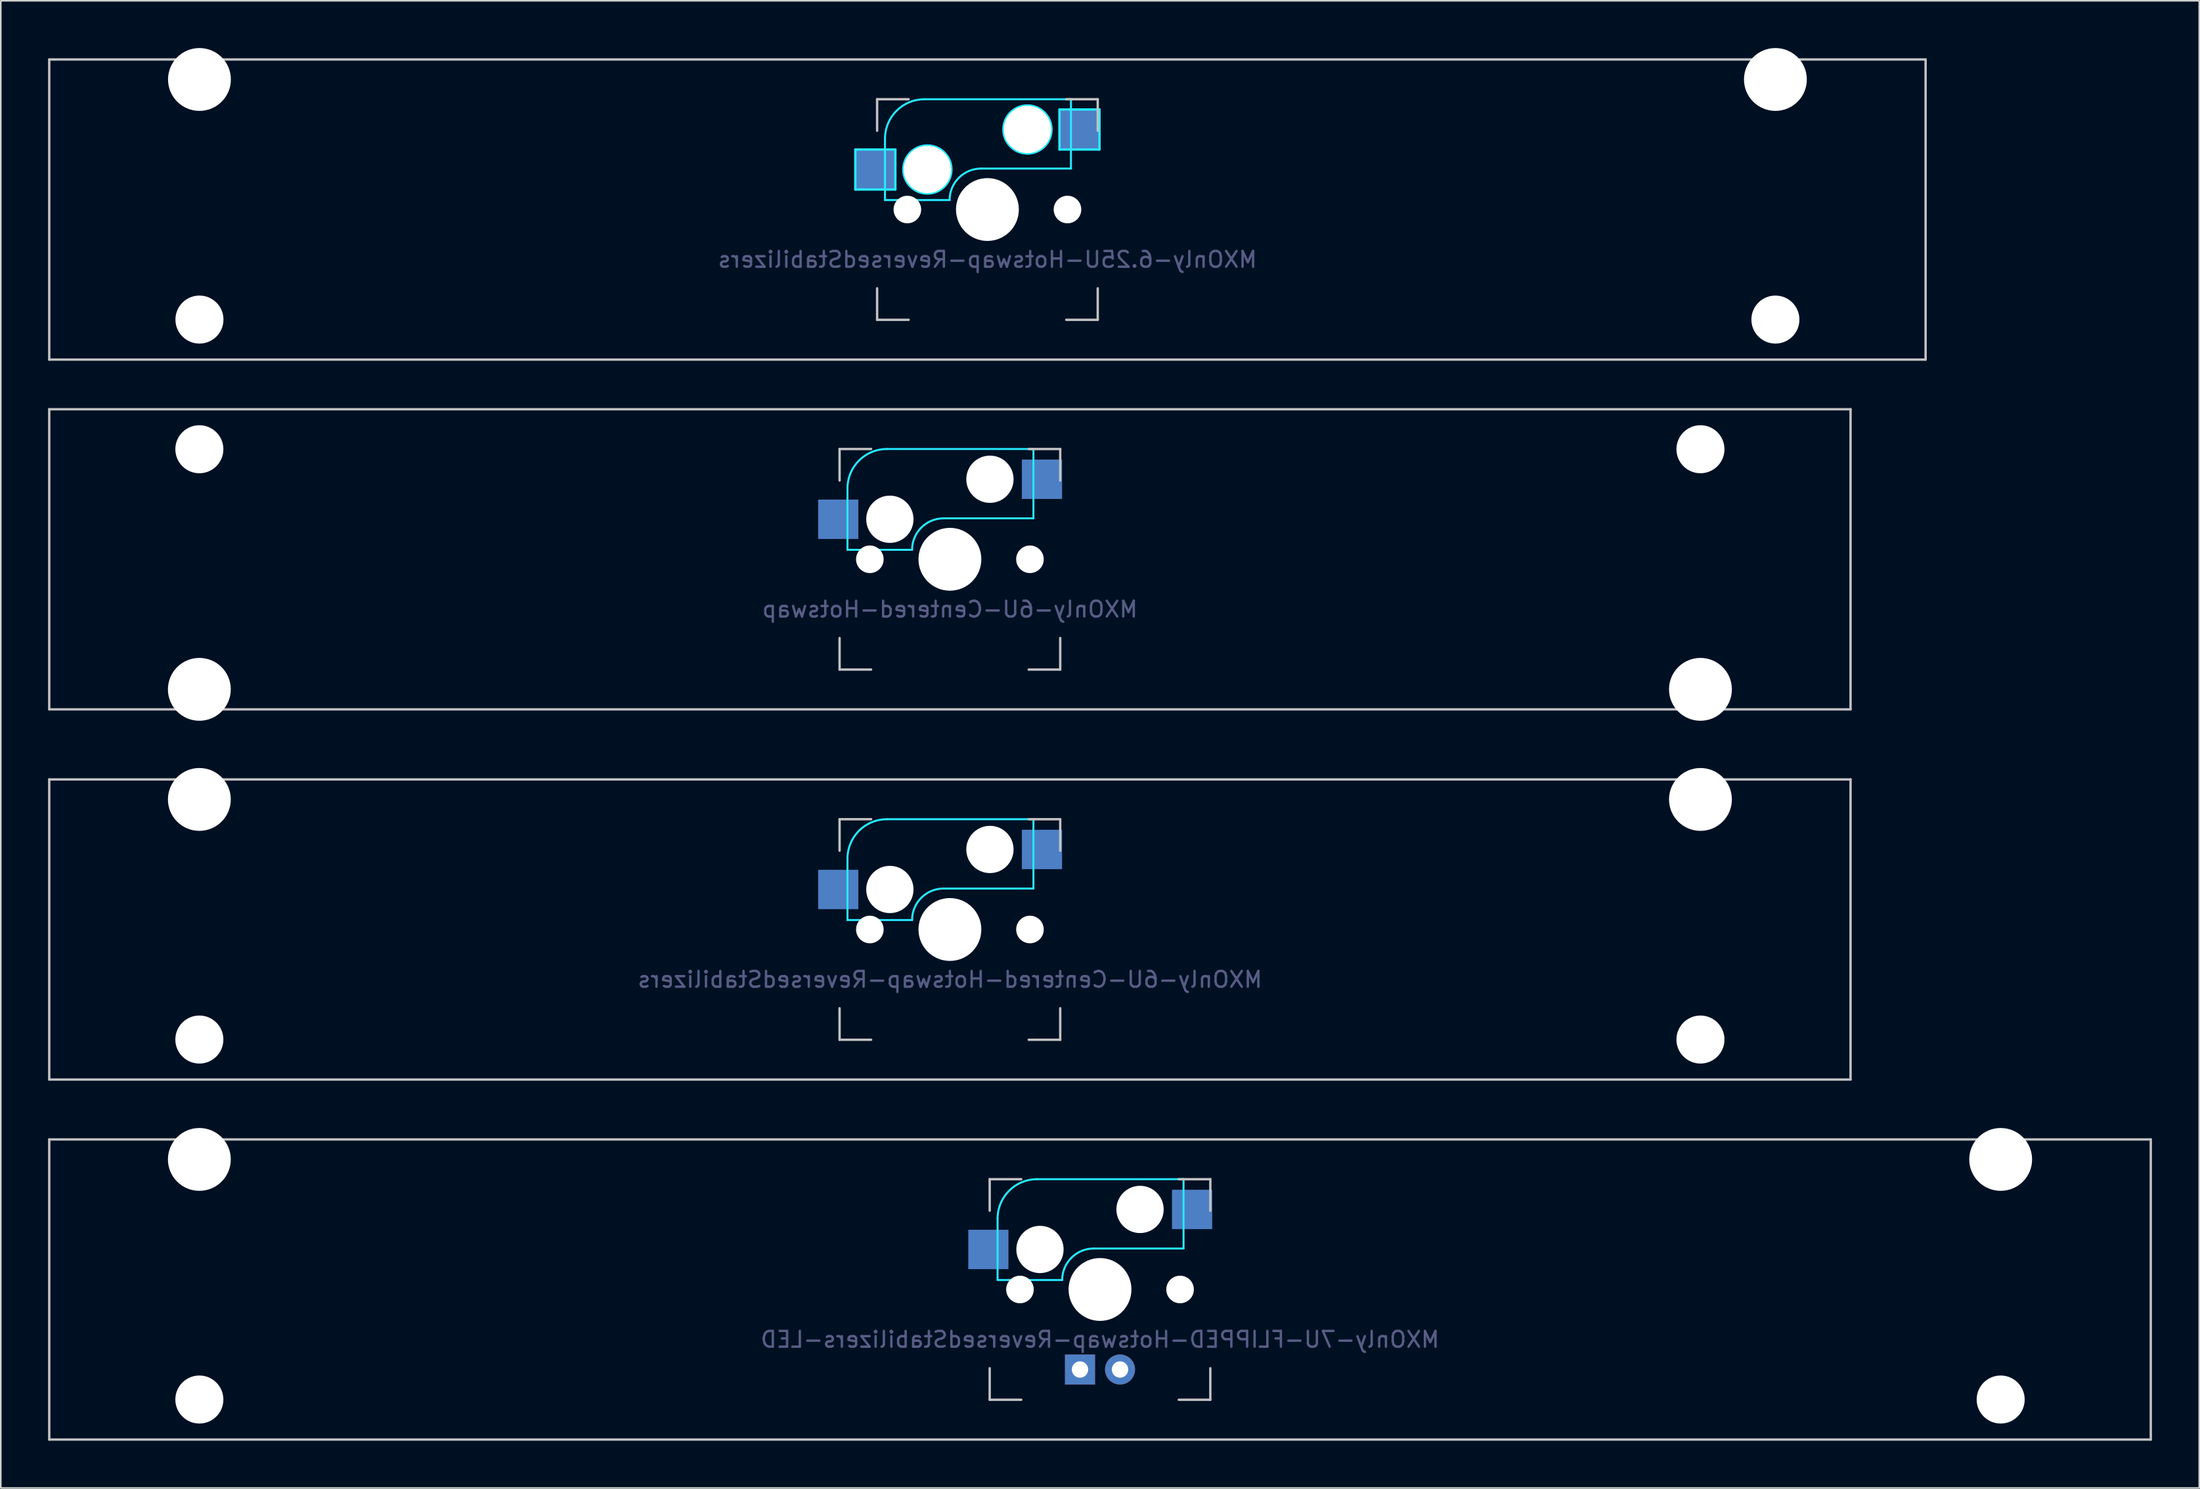
<source format=kicad_pcb>
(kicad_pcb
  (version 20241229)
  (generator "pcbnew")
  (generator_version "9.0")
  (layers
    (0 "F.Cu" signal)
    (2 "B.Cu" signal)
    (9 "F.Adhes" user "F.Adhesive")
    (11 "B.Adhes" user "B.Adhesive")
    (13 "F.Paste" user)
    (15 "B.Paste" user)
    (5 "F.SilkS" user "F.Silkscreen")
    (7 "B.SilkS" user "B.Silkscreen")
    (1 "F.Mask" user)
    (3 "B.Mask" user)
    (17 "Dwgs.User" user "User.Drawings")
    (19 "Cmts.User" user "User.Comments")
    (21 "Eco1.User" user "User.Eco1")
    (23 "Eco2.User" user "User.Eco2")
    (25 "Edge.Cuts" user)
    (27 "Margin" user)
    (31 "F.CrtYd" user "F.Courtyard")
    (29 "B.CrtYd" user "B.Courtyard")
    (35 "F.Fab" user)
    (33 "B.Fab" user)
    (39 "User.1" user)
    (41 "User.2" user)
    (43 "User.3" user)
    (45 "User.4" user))
  (footprint "MXOnly-6.25U-Hotswap-ReversedStabilizers"
    (layer "F.Cu")
    (at 59.606 10.249)
    (property "Reference" "MXOnly-6.25U-Hotswap-ReversedStabilizers" (at 0 3.175 0) (layer "B.Fab") (effects (font (size 1 1) (thickness 0.15)) (justify mirror)))
    (attr smd)
    (fp_line (start -59.531 -9.525) (end 59.531 -9.525) (stroke (width 0.15) (type solid)) (layer "Dwgs.User"))
    (fp_line (start -59.531 9.525) (end -59.531 -9.525) (stroke (width 0.15) (type solid)) (layer "Dwgs.User"))
    (fp_line (start -7 -7) (end -7 -5) (stroke (width 0.15) (type solid)) (layer "Dwgs.User"))
    (fp_line (start -7 5) (end -7 7) (stroke (width 0.15) (type solid)) (layer "Dwgs.User"))
    (fp_line (start -7 7) (end -5 7) (stroke (width 0.15) (type solid)) (layer "Dwgs.User"))
    (fp_line (start -5 -7) (end -7 -7) (stroke (width 0.15) (type solid)) (layer "Dwgs.User"))
    (fp_line (start 5 -7) (end 7 -7) (stroke (width 0.15) (type solid)) (layer "Dwgs.User"))
    (fp_line (start 5 7) (end 7 7) (stroke (width 0.15) (type solid)) (layer "Dwgs.User"))
    (fp_line (start 7 -7) (end 7 -5) (stroke (width 0.15) (type solid)) (layer "Dwgs.User"))
    (fp_line (start 7 7) (end 7 5) (stroke (width 0.15) (type solid)) (layer "Dwgs.User"))
    (fp_line (start 59.531 -9.525) (end 59.531 9.525) (stroke (width 0.15) (type solid)) (layer "Dwgs.User"))
    (fp_line (start 59.531 9.525) (end -59.531 9.525) (stroke (width 0.15) (type solid)) (layer "Dwgs.User"))
    (fp_line (start -8.382 -3.81) (end -5.842 -3.81) (stroke (width 0.15) (type solid)) (layer "B.CrtYd"))
    (fp_line (start -8.382 -1.27) (end -8.382 -3.81) (stroke (width 0.15) (type solid)) (layer "B.CrtYd"))
    (fp_line (start -6.5 -4.5) (end -6.5 -0.6) (stroke (width 0.127) (type solid)) (layer "B.CrtYd"))
    (fp_line (start -6.5 -0.6) (end -2.4 -0.6) (stroke (width 0.127) (type solid)) (layer "B.CrtYd"))
    (fp_line (start -5.842 -3.81) (end -5.842 -1.27) (stroke (width 0.15) (type solid)) (layer "B.CrtYd"))
    (fp_line (start -5.842 -1.27) (end -8.382 -1.27) (stroke (width 0.15) (type solid)) (layer "B.CrtYd"))
    (fp_line (start -0.4 -2.6) (end 5.3 -2.6) (stroke (width 0.127) (type solid)) (layer "B.CrtYd"))
    (fp_line (start 4.572 -6.35) (end 7.112 -6.35) (stroke (width 0.15) (type solid)) (layer "B.CrtYd"))
    (fp_line (start 4.572 -3.81) (end 4.572 -6.35) (stroke (width 0.15) (type solid)) (layer "B.CrtYd"))
    (fp_line (start 5.3 -7) (end -4 -7) (stroke (width 0.127) (type solid)) (layer "B.CrtYd"))
    (fp_line (start 5.3 -7) (end 5.3 -2.6) (stroke (width 0.127) (type solid)) (layer "B.CrtYd"))
    (fp_line (start 7.112 -6.35) (end 7.112 -3.81) (stroke (width 0.15) (type solid)) (layer "B.CrtYd"))
    (fp_line (start 7.112 -3.81) (end 4.572 -3.81) (stroke (width 0.15) (type solid)) (layer "B.CrtYd"))
    (fp_arc (start -6.5 -4.5) (mid -5.767767 -6.267767) (end -4 -7) (stroke (width 0.127) (type solid)) (layer "B.CrtYd"))
    (fp_arc (start -2.4 -0.6) (mid -1.814214 -2.014214) (end -0.4 -2.6) (stroke (width 0.127) (type solid)) (layer "B.CrtYd"))
    (fp_circle (center -3.81 -2.54) (end -3.81 -4.064) (stroke (width 0.15) (type solid)) (fill no) (layer "B.CrtYd"))
    (fp_circle (center 2.54 -5.08) (end 2.54 -6.604) (stroke (width 0.15) (type solid)) (fill no) (layer "B.CrtYd"))
    (pad "" np_thru_hole circle (at -50 -8.255) (size 3.988 3.988) (drill 3.988) (layers "*.Cu" "*.Mask"))
    (pad "" np_thru_hole circle (at -50 6.985) (size 3.048 3.048) (drill 3.048) (layers "*.Cu" "*.Mask"))
    (pad "" np_thru_hole circle (at -5.08 0 48.1) (size 1.75 1.75) (drill 1.75) (layers "*.Cu" "*.Mask"))
    (pad "" np_thru_hole circle (at -3.81 -2.54) (size 3 3) (drill 3) (layers "*.Cu" "*.Mask"))
    (pad "" np_thru_hole circle (at 0 0) (size 3.988 3.988) (drill 3.988) (layers "*.Cu" "*.Mask"))
    (pad "" np_thru_hole circle (at 2.54 -5.08) (size 3 3) (drill 3) (layers "*.Cu" "*.Mask"))
    (pad "" np_thru_hole circle (at 5.08 0 48.1) (size 1.75 1.75) (drill 1.75) (layers "*.Cu" "*.Mask"))
    (pad "" np_thru_hole circle (at 50 -8.255) (size 3.988 3.988) (drill 3.988) (layers "*.Cu" "*.Mask"))
    (pad "" np_thru_hole circle (at 50 6.985) (size 3.048 3.048) (drill 3.048) (layers "*.Cu" "*.Mask"))
    (pad "1" smd rect (at -7.085 -2.54) (size 2.55 2.5) (layers "B.Cu" "B.Mask" "B.Paste"))
    (pad "2" smd rect (at 5.842 -5.08) (size 2.55 2.5) (layers "B.Cu" "B.Mask" "B.Paste")))
  (footprint "MXOnly-6U-Centered-Hotswap-ReversedStabilizers"
    (layer "F.Cu")
    (at 57.225 55.947)
    (property "Reference" "MXOnly-6U-Centered-Hotswap-ReversedStabilizers" (at 0 3.175 0) (layer "B.Fab") (effects (font (size 1 1) (thickness 0.15)) (justify mirror)))
    (attr through_hole)
    (fp_line (start -57.15 -9.525) (end 57.15 -9.525) (stroke (width 0.15) (type solid)) (layer "Dwgs.User"))
    (fp_line (start -57.15 9.525) (end -57.15 -9.525) (stroke (width 0.15) (type solid)) (layer "Dwgs.User"))
    (fp_line (start -57.15 9.525) (end 57.15 9.525) (stroke (width 0.15) (type solid)) (layer "Dwgs.User"))
    (fp_line (start -7 -7) (end -7 -5) (stroke (width 0.15) (type solid)) (layer "Dwgs.User"))
    (fp_line (start -7 5) (end -7 7) (stroke (width 0.15) (type solid)) (layer "Dwgs.User"))
    (fp_line (start -7 7) (end -5 7) (stroke (width 0.15) (type solid)) (layer "Dwgs.User"))
    (fp_line (start -5 -7) (end -7 -7) (stroke (width 0.15) (type solid)) (layer "Dwgs.User"))
    (fp_line (start 5 -7) (end 7 -7) (stroke (width 0.15) (type solid)) (layer "Dwgs.User"))
    (fp_line (start 5 7) (end 7 7) (stroke (width 0.15) (type solid)) (layer "Dwgs.User"))
    (fp_line (start 7 -7) (end 7 -5) (stroke (width 0.15) (type solid)) (layer "Dwgs.User"))
    (fp_line (start 7 7) (end 7 5) (stroke (width 0.15) (type solid)) (layer "Dwgs.User"))
    (fp_line (start 57.15 -9.525) (end 57.15 9.525) (stroke (width 0.15) (type solid)) (layer "Dwgs.User"))
    (fp_line (start -6.5 -4.5) (end -6.5 -0.6) (stroke (width 0.127) (type solid)) (layer "B.CrtYd"))
    (fp_line (start -6.5 -0.6) (end -2.4 -0.6) (stroke (width 0.127) (type solid)) (layer "B.CrtYd"))
    (fp_line (start -0.4 -2.6) (end 5.3 -2.6) (stroke (width 0.127) (type solid)) (layer "B.CrtYd"))
    (fp_line (start 5.3 -7) (end -4 -7) (stroke (width 0.127) (type solid)) (layer "B.CrtYd"))
    (fp_line (start 5.3 -7) (end 5.3 -2.6) (stroke (width 0.127) (type solid)) (layer "B.CrtYd"))
    (fp_arc (start -6.5 -4.5) (mid -5.767767 -6.267767) (end -4 -7) (stroke (width 0.127) (type solid)) (layer "B.CrtYd"))
    (fp_arc (start -2.4 -0.6) (mid -1.814214 -2.014214) (end -0.4 -2.6) (stroke (width 0.127) (type solid)) (layer "B.CrtYd"))
    (pad "" np_thru_hole circle (at -47.625 -8.255) (size 3.988 3.988) (drill 3.988) (layers "*.Cu" "*.Mask"))
    (pad "" np_thru_hole circle (at -47.625 6.985) (size 3.048 3.048) (drill 3.048) (layers "*.Cu" "*.Mask"))
    (pad "" np_thru_hole circle (at -5.08 0 48.1) (size 1.75 1.75) (drill 1.75) (layers "*.Cu" "*.Mask"))
    (pad "" np_thru_hole circle (at -3.81 -2.54) (size 3 3) (drill 3) (layers "*.Cu" "*.Mask"))
    (pad "" np_thru_hole circle (at 0 0) (size 3.988 3.988) (drill 3.988) (layers "*.Cu" "*.Mask"))
    (pad "" np_thru_hole circle (at 2.54 -5.08) (size 3 3) (drill 3) (layers "*.Cu" "*.Mask"))
    (pad "" np_thru_hole circle (at 5.08 0 48.1) (size 1.75 1.75) (drill 1.75) (layers "*.Cu" "*.Mask"))
    (pad "" np_thru_hole circle (at 47.625 -8.255) (size 3.988 3.988) (drill 3.988) (layers "*.Cu" "*.Mask"))
    (pad "" np_thru_hole circle (at 47.625 6.985) (size 3.048 3.048) (drill 3.048) (layers "*.Cu" "*.Mask"))
    (pad "1" smd rect (at -7.085 -2.54) (size 2.55 2.5) (layers "B.Cu" "B.Mask" "B.Paste"))
    (pad "2" smd rect (at 5.842 -5.08) (size 2.55 2.5) (layers "B.Cu" "B.Mask" "B.Paste")))
  (footprint "MXOnly-7U-FLIPPED-Hotswap-ReversedStabilizers-LED"
    (layer "F.Cu")
    (at 66.75 78.796)
    (property "Reference" "MXOnly-7U-FLIPPED-Hotswap-ReversedStabilizers-LED" (at 0 3.175 0) (layer "B.Fab") (effects (font (size 1 1) (thickness 0.15)) (justify mirror)))
    (attr through_hole)
    (fp_line (start -66.675 -9.525) (end 66.675 -9.525) (stroke (width 0.15) (type solid)) (layer "Dwgs.User"))
    (fp_line (start -66.675 9.525) (end -66.675 -9.525) (stroke (width 0.15) (type solid)) (layer "Dwgs.User"))
    (fp_line (start -66.675 9.525) (end 66.675 9.525) (stroke (width 0.15) (type solid)) (layer "Dwgs.User"))
    (fp_line (start -7 -7) (end -7 -5) (stroke (width 0.15) (type solid)) (layer "Dwgs.User"))
    (fp_line (start -7 5) (end -7 7) (stroke (width 0.15) (type solid)) (layer "Dwgs.User"))
    (fp_line (start -7 7) (end -5 7) (stroke (width 0.15) (type solid)) (layer "Dwgs.User"))
    (fp_line (start -5 -7) (end -7 -7) (stroke (width 0.15) (type solid)) (layer "Dwgs.User"))
    (fp_line (start 5 -7) (end 7 -7) (stroke (width 0.15) (type solid)) (layer "Dwgs.User"))
    (fp_line (start 5 7) (end 7 7) (stroke (width 0.15) (type solid)) (layer "Dwgs.User"))
    (fp_line (start 7 -7) (end 7 -5) (stroke (width 0.15) (type solid)) (layer "Dwgs.User"))
    (fp_line (start 7 7) (end 7 5) (stroke (width 0.15) (type solid)) (layer "Dwgs.User"))
    (fp_line (start 66.675 -9.525) (end 66.675 9.525) (stroke (width 0.15) (type solid)) (layer "Dwgs.User"))
    (fp_line (start -6.5 -4.5) (end -6.5 -0.6) (stroke (width 0.127) (type solid)) (layer "B.CrtYd"))
    (fp_line (start -6.5 -0.6) (end -2.4 -0.6) (stroke (width 0.127) (type solid)) (layer "B.CrtYd"))
    (fp_line (start -0.4 -2.6) (end 5.3 -2.6) (stroke (width 0.127) (type solid)) (layer "B.CrtYd"))
    (fp_line (start 5.3 -7) (end -4 -7) (stroke (width 0.127) (type solid)) (layer "B.CrtYd"))
    (fp_line (start 5.3 -7) (end 5.3 -2.6) (stroke (width 0.127) (type solid)) (layer "B.CrtYd"))
    (fp_arc (start -6.5 -4.5) (mid -5.767767 -6.267767) (end -4 -7) (stroke (width 0.127) (type solid)) (layer "B.CrtYd"))
    (fp_arc (start -2.4 -0.6) (mid -1.814214 -2.014214) (end -0.4 -2.6) (stroke (width 0.127) (type solid)) (layer "B.CrtYd"))
    (pad "" np_thru_hole circle (at -57.15 -8.255 180) (size 3.988 3.988) (drill 3.988) (layers "*.Cu" "*.Mask"))
    (pad "" np_thru_hole circle (at -57.15 6.985 180) (size 3.048 3.048) (drill 3.048) (layers "*.Cu" "*.Mask"))
    (pad "" np_thru_hole circle (at -5.08 0 48.1) (size 1.75 1.75) (drill 1.75) (layers "*.Cu" "*.Mask"))
    (pad "" np_thru_hole circle (at -3.81 -2.54) (size 3 3) (drill 3) (layers "*.Cu" "*.Mask"))
    (pad "" np_thru_hole circle (at 0 0) (size 3.988 3.988) (drill 3.988) (layers "*.Cu" "*.Mask"))
    (pad "" np_thru_hole circle (at 2.54 -5.08) (size 3 3) (drill 3) (layers "*.Cu" "*.Mask"))
    (pad "" np_thru_hole circle (at 5.08 0 48.1) (size 1.75 1.75) (drill 1.75) (layers "*.Cu" "*.Mask"))
    (pad "" np_thru_hole circle (at 57.15 -8.255 180) (size 3.988 3.988) (drill 3.988) (layers "*.Cu" "*.Mask"))
    (pad "" np_thru_hole circle (at 57.15 6.985 180) (size 3.048 3.048) (drill 3.048) (layers "*.Cu" "*.Mask"))
    (pad "1" smd rect (at -7.085 -2.54) (size 2.55 2.5) (layers "B.Cu" "B.Mask" "B.Paste"))
    (pad "2" smd rect (at 5.842 -5.08) (size 2.55 2.5) (layers "B.Cu" "B.Mask" "B.Paste"))
    (pad "3" thru_hole circle (at 1.27 5.08 180) (size 1.905 1.905) (drill 1.04) (layers "*.Cu" "B.Mask"))
    (pad "4" thru_hole rect (at -1.27 5.08 180) (size 1.905 1.905) (drill 1.04) (layers "*.Cu" "B.Mask")))
  (footprint "MXOnly-6U-Centered-Hotswap"
    (layer "F.Cu")
    (at 57.225 32.449)
    (property "Reference" "MXOnly-6U-Centered-Hotswap" (at 0 3.175 0) (layer "B.Fab") (effects (font (size 1 1) (thickness 0.15)) (justify mirror)))
    (attr through_hole)
    (fp_line (start -57.15 -9.525) (end 57.15 -9.525) (stroke (width 0.15) (type solid)) (layer "Dwgs.User"))
    (fp_line (start -57.15 9.525) (end -57.15 -9.525) (stroke (width 0.15) (type solid)) (layer "Dwgs.User"))
    (fp_line (start -57.15 9.525) (end 57.15 9.525) (stroke (width 0.15) (type solid)) (layer "Dwgs.User"))
    (fp_line (start -7 -7) (end -7 -5) (stroke (width 0.15) (type solid)) (layer "Dwgs.User"))
    (fp_line (start -7 5) (end -7 7) (stroke (width 0.15) (type solid)) (layer "Dwgs.User"))
    (fp_line (start -7 7) (end -5 7) (stroke (width 0.15) (type solid)) (layer "Dwgs.User"))
    (fp_line (start -5 -7) (end -7 -7) (stroke (width 0.15) (type solid)) (layer "Dwgs.User"))
    (fp_line (start 5 -7) (end 7 -7) (stroke (width 0.15) (type solid)) (layer "Dwgs.User"))
    (fp_line (start 5 7) (end 7 7) (stroke (width 0.15) (type solid)) (layer "Dwgs.User"))
    (fp_line (start 7 -7) (end 7 -5) (stroke (width 0.15) (type solid)) (layer "Dwgs.User"))
    (fp_line (start 7 7) (end 7 5) (stroke (width 0.15) (type solid)) (layer "Dwgs.User"))
    (fp_line (start 57.15 -9.525) (end 57.15 9.525) (stroke (width 0.15) (type solid)) (layer "Dwgs.User"))
    (fp_line (start -6.5 -4.5) (end -6.5 -0.6) (stroke (width 0.127) (type solid)) (layer "B.CrtYd"))
    (fp_line (start -6.5 -0.6) (end -2.4 -0.6) (stroke (width 0.127) (type solid)) (layer "B.CrtYd"))
    (fp_line (start -0.4 -2.6) (end 5.3 -2.6) (stroke (width 0.127) (type solid)) (layer "B.CrtYd"))
    (fp_line (start 5.3 -7) (end -4 -7) (stroke (width 0.127) (type solid)) (layer "B.CrtYd"))
    (fp_line (start 5.3 -7) (end 5.3 -2.6) (stroke (width 0.127) (type solid)) (layer "B.CrtYd"))
    (fp_arc (start -6.5 -4.5) (mid -5.767767 -6.267767) (end -4 -7) (stroke (width 0.127) (type solid)) (layer "B.CrtYd"))
    (fp_arc (start -2.4 -0.6) (mid -1.814214 -2.014214) (end -0.4 -2.6) (stroke (width 0.127) (type solid)) (layer "B.CrtYd"))
    (pad "" np_thru_hole circle (at -47.625 -6.985) (size 3.048 3.048) (drill 3.048) (layers "*.Cu" "*.Mask"))
    (pad "" np_thru_hole circle (at -47.625 8.255) (size 3.988 3.988) (drill 3.988) (layers "*.Cu" "*.Mask"))
    (pad "" np_thru_hole circle (at -5.08 0 48.1) (size 1.75 1.75) (drill 1.75) (layers "*.Cu" "*.Mask"))
    (pad "" np_thru_hole circle (at -3.81 -2.54) (size 3 3) (drill 3) (layers "*.Cu" "*.Mask"))
    (pad "" np_thru_hole circle (at 0 0) (size 3.988 3.988) (drill 3.988) (layers "*.Cu" "*.Mask"))
    (pad "" np_thru_hole circle (at 2.54 -5.08) (size 3 3) (drill 3) (layers "*.Cu" "*.Mask"))
    (pad "" np_thru_hole circle (at 5.08 0 48.1) (size 1.75 1.75) (drill 1.75) (layers "*.Cu" "*.Mask"))
    (pad "" np_thru_hole circle (at 47.625 -6.985) (size 3.048 3.048) (drill 3.048) (layers "*.Cu" "*.Mask"))
    (pad "" np_thru_hole circle (at 47.625 8.255) (size 3.988 3.988) (drill 3.988) (layers "*.Cu" "*.Mask"))
    (pad "1" smd rect (at -7.085 -2.54) (size 2.55 2.5) (layers "B.Cu" "B.Mask" "B.Paste"))
    (pad "2" smd rect (at 5.842 -5.08) (size 2.55 2.5) (layers "B.Cu" "B.Mask" "B.Paste")))
  (gr_rect
    (start -3 -3)
    (end 136.5 91.396)
    (stroke (width 0.1) (type default))
    (fill no)
    (layer "Edge.Cuts")))
</source>
